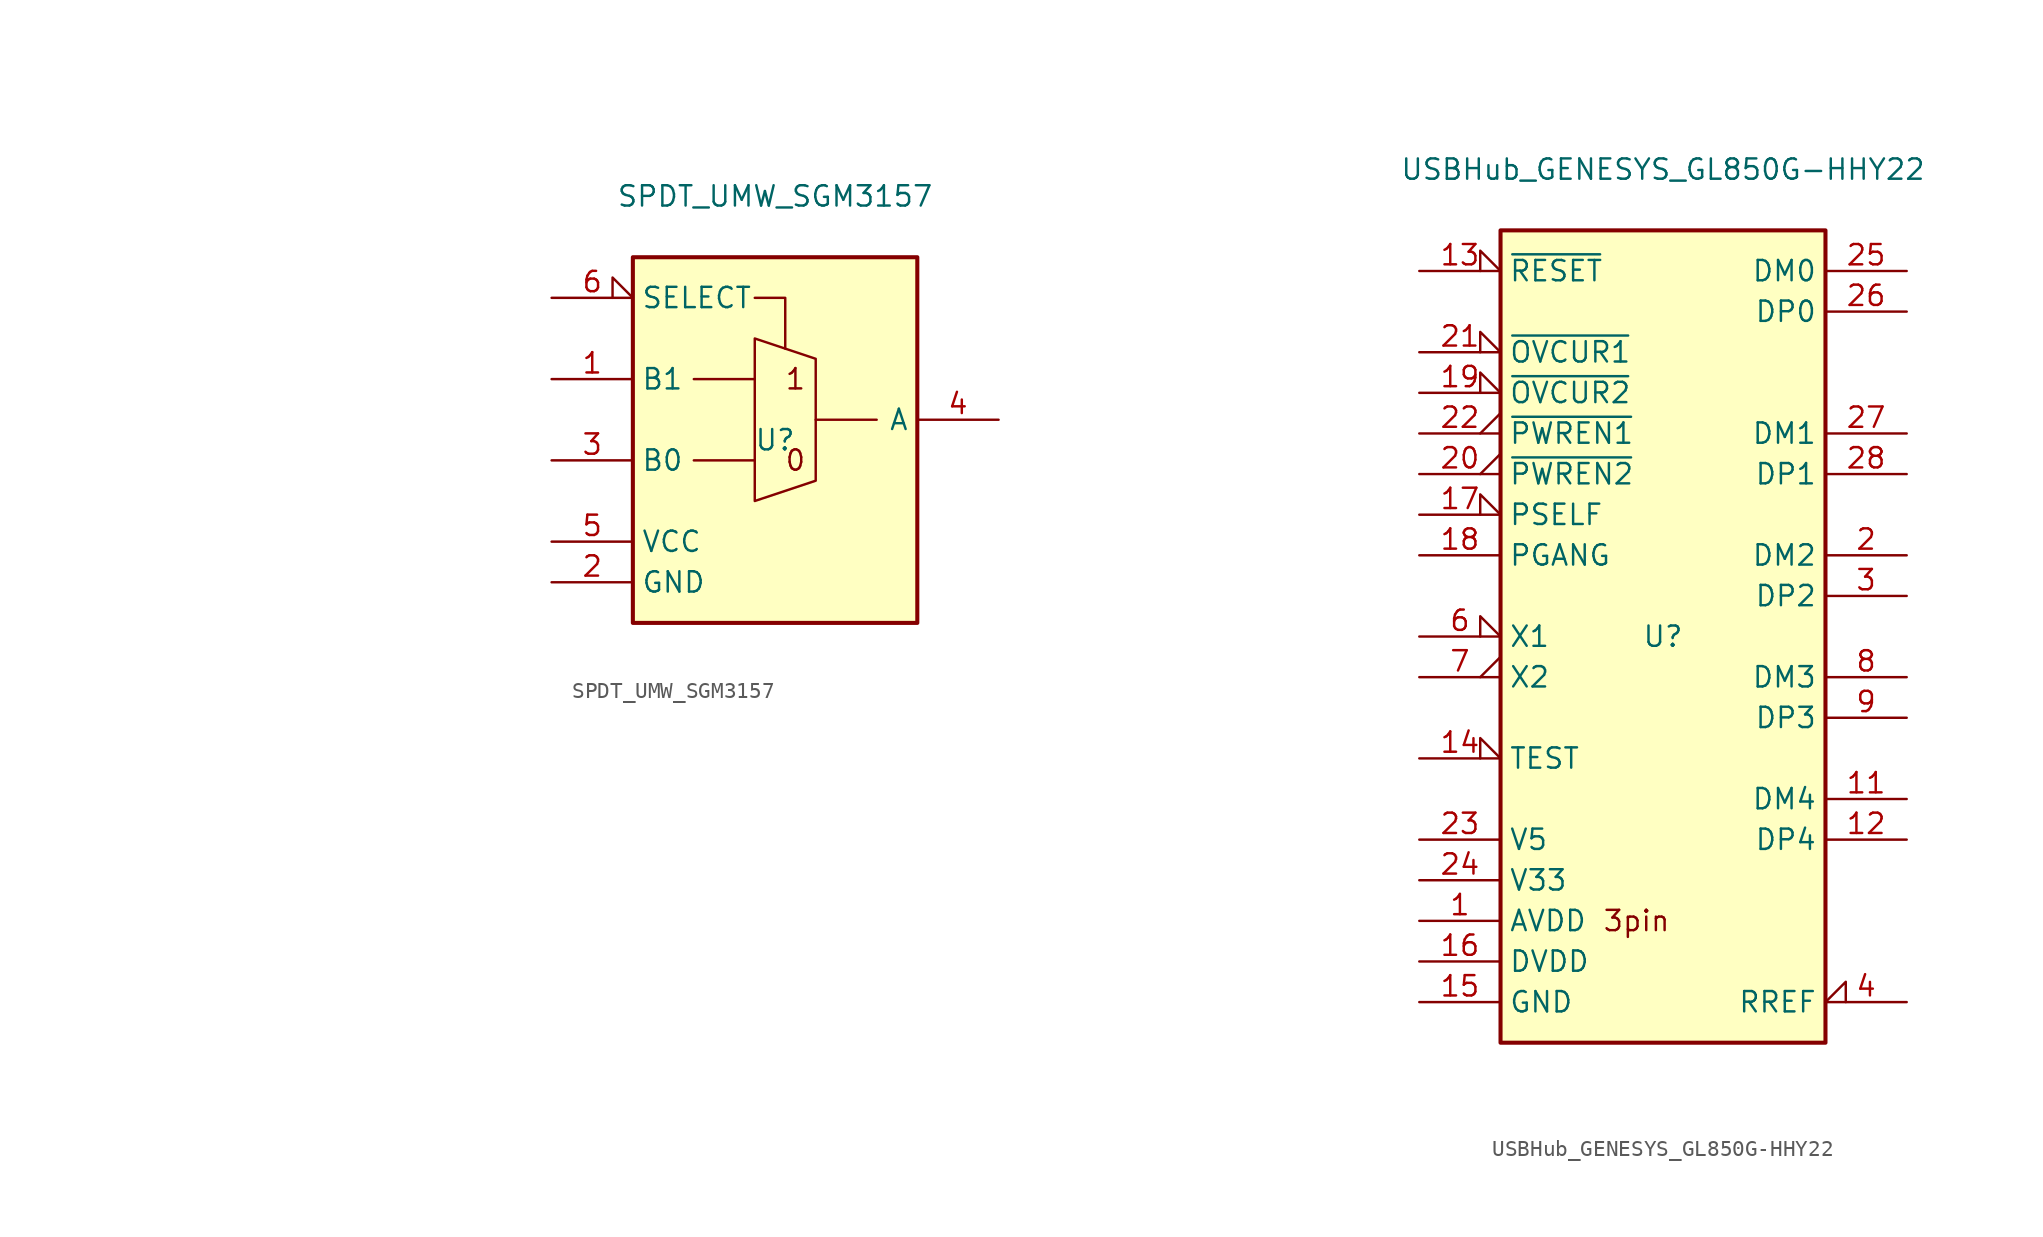
<source format=kicad_sym>
(kicad_symbol_lib
  (version 20231120)
  (generator "kicad_symbol_editor")
  (generator_version "8.0")
  (symbol "SPDT_UMW_SGM3157"
    (property "Reference" "U"
      (at 0 0 0)
      (effects (font (size 1.27 1.27))))
    (property "Value" "SPDT_UMW_SGM3157"
      (at 0 15.24 0)
      (effects (font (size 1.27 1.27))))
    (symbol "SPDT_UMW_SGM3157_0_1"
      (polyline (pts (xy -1.27 6.35) (xy -1.27 -3.81) (xy 2.54 -2.54) (xy 2.54 5.08) (xy -1.27 6.35)) (stroke (width 0) (type default)) (fill (type none))))
    (symbol "SPDT_UMW_SGM3157_1_1"
      (rectangle (start -8.89 11.43) (end 8.89 -11.43) (stroke (width 0.254) (type default)) (fill (type background)))
      (polyline (pts (xy -5.08 -1.27) (xy -1.27 -1.27)) (stroke (width 0) (type default)) (fill (type none)))
      (polyline (pts (xy -5.08 3.81) (xy -1.27 3.81)) (stroke (width 0) (type default)) (fill (type none)))
      (polyline (pts (xy 2.54 1.27) (xy 6.35 1.27)) (stroke (width 0) (type default)) (fill (type none)))
      (polyline (pts (xy -1.27 8.89) (xy 0.635 8.89) (xy 0.635 5.715)) (stroke (width 0) (type default)) (fill (type none)))
      (text "0" (at 1.27 -1.27 0) (effects (font (size 1.27 1.27))))
      (text "1" (at 1.27 3.81 0) (effects (font (size 1.27 1.27))))
      (text private "SELECT:\n  L: B0 <-> A\n  H: B1 <-> A" (at -38.1 10.16 0) (effects (font (size 1.27 1.27)) (justify left top)))
      (text_box private "SPDT_UMW_SGM3157 is a SPDT analog switch." (at -25.4 20.32 0) (size 50.8 -3.81) (stroke (width 0) (type default)) (fill (type none)) (effects (font (size 1.27 1.27)) (justify left top)))
      (pin passive line (at -13.97 3.81 0) (length 5.08) (name "B1" (effects (font (size 1.27 1.27)))) (number "1" (effects (font (size 1.27 1.27)))))
      (pin power_in line (at -13.97 -8.89 0) (length 5.08) (name "GND" (effects (font (size 1.27 1.27)))) (number "2" (effects (font (size 1.27 1.27)))))
      (pin passive line (at -13.97 -1.27 0) (length 5.08) (name "B0" (effects (font (size 1.27 1.27)))) (number "3" (effects (font (size 1.27 1.27)))))
      (pin passive line (at 13.97 1.27 180) (length 5.08) (name "A" (effects (font (size 1.27 1.27)))) (number "4" (effects (font (size 1.27 1.27)))))
      (pin power_in line (at -13.97 -6.35 0) (length 5.08) (name "VCC" (effects (font (size 1.27 1.27)))) (number "5" (effects (font (size 1.27 1.27)))))
      (pin input input_low (at -13.97 8.89 0) (length 5.08) (name "SELECT" (effects (font (size 1.27 1.27)))) (number "6" (effects (font (size 1.27 1.27)))))))
  (symbol "USBHub_GENESYS_GL850G-HHY22"
    (property "Reference" "U"
      (at 0 0 0)
      (effects (font (size 1.27 1.27))))
    (property "Value" "USBHub_GENESYS_GL850G-HHY22"
      (at 0 29.21 0)
      (effects (font (size 1.27 1.27))))
    (symbol "USBHub_GENESYS_GL850G-HHY22_1_1"
      (rectangle (start -10.16 25.4) (end 10.16 -25.4) (stroke (width 0.254) (type default)) (fill (type background)))
      (text "3pin" (at -3.81 -17.78 0) (effects (font (size 1.27 1.27)) (justify left)))
      (pin power_in line (at -15.24 -17.78 0) (length 5.08) (name "AVDD" (effects (font (size 1.27 1.27)))) (number "1" (effects (font (size 1.27 1.27)))))
      (pin passive line (at -15.24 -17.78 0) (length 5.08) hide (name "AVDD" (effects (font (size 1.27 1.27)))) (number "10" (effects (font (size 1.27 1.27)))))
      (pin bidirectional line (at 15.24 -10.16 180) (length 5.08) (name "DM4" (effects (font (size 1.27 1.27)))) (number "11" (effects (font (size 1.27 1.27)))))
      (pin bidirectional line (at 15.24 -12.7 180) (length 5.08) (name "DP4" (effects (font (size 1.27 1.27)))) (number "12" (effects (font (size 1.27 1.27)))))
      (pin input input_low (at -15.24 22.86 0) (length 5.08) (name "~{RESET}" (effects (font (size 1.27 1.27)))) (number "13" (effects (font (size 1.27 1.27)))))
      (pin input input_low (at -15.24 -7.62 0) (length 5.08) (name "TEST" (effects (font (size 1.27 1.27)))) (number "14" (effects (font (size 1.27 1.27)))))
      (pin power_in line (at -15.24 -22.86 0) (length 5.08) (name "GND" (effects (font (size 1.27 1.27)))) (number "15" (effects (font (size 1.27 1.27)))))
      (pin power_in line (at -15.24 -20.32 0) (length 5.08) (name "DVDD" (effects (font (size 1.27 1.27)))) (number "16" (effects (font (size 1.27 1.27)))))
      (pin input input_low (at -15.24 7.62 0) (length 5.08) (name "PSELF" (effects (font (size 1.27 1.27)))) (number "17" (effects (font (size 1.27 1.27)))))
      (pin bidirectional line (at -15.24 5.08 0) (length 5.08) (name "PGANG" (effects (font (size 1.27 1.27)))) (number "18" (effects (font (size 1.27 1.27)))))
      (pin input input_low (at -15.24 15.24 0) (length 5.08) (name "~{OVCUR2}" (effects (font (size 1.27 1.27)))) (number "19" (effects (font (size 1.27 1.27)))))
      (pin bidirectional line (at 15.24 5.08 180) (length 5.08) (name "DM2" (effects (font (size 1.27 1.27)))) (number "2" (effects (font (size 1.27 1.27)))))
      (pin output output_low (at -15.24 10.16 0) (length 5.08) (name "~{PWREN2}" (effects (font (size 1.27 1.27)))) (number "20" (effects (font (size 1.27 1.27)))))
      (pin input input_low (at -15.24 17.78 0) (length 5.08) (name "~{OVCUR1}" (effects (font (size 1.27 1.27)))) (number "21" (effects (font (size 1.27 1.27)))))
      (pin output output_low (at -15.24 12.7 0) (length 5.08) (name "~{PWREN1}" (effects (font (size 1.27 1.27)))) (number "22" (effects (font (size 1.27 1.27)))))
      (pin power_in line (at -15.24 -12.7 0) (length 5.08) (name "V5" (effects (font (size 1.27 1.27)))) (number "23" (effects (font (size 1.27 1.27)))))
      (pin power_out line (at -15.24 -15.24 0) (length 5.08) (name "V33" (effects (font (size 1.27 1.27)))) (number "24" (effects (font (size 1.27 1.27)))))
      (pin bidirectional line (at 15.24 22.86 180) (length 5.08) (name "DM0" (effects (font (size 1.27 1.27)))) (number "25" (effects (font (size 1.27 1.27)))))
      (pin bidirectional line (at 15.24 20.32 180) (length 5.08) (name "DP0" (effects (font (size 1.27 1.27)))) (number "26" (effects (font (size 1.27 1.27)))))
      (pin bidirectional line (at 15.24 12.7 180) (length 5.08) (name "DM1" (effects (font (size 1.27 1.27)))) (number "27" (effects (font (size 1.27 1.27)))))
      (pin bidirectional line (at 15.24 10.16 180) (length 5.08) (name "DP1" (effects (font (size 1.27 1.27)))) (number "28" (effects (font (size 1.27 1.27)))))
      (pin bidirectional line (at 15.24 2.54 180) (length 5.08) (name "DP2" (effects (font (size 1.27 1.27)))) (number "3" (effects (font (size 1.27 1.27)))))
      (pin input input_low (at 15.24 -22.86 180) (length 5.08) (name "RREF" (effects (font (size 1.27 1.27)))) (number "4" (effects (font (size 1.27 1.27)))))
      (pin passive line (at -15.24 -17.78 0) (length 5.08) hide (name "AVDD" (effects (font (size 1.27 1.27)))) (number "5" (effects (font (size 1.27 1.27)))))
      (pin input input_low (at -15.24 0 0) (length 5.08) (name "X1" (effects (font (size 1.27 1.27)))) (number "6" (effects (font (size 1.27 1.27)))))
      (pin output output_low (at -15.24 -2.54 0) (length 5.08) (name "X2" (effects (font (size 1.27 1.27)))) (number "7" (effects (font (size 1.27 1.27)))))
      (pin bidirectional line (at 15.24 -2.54 180) (length 5.08) (name "DM3" (effects (font (size 1.27 1.27)))) (number "8" (effects (font (size 1.27 1.27)))))
      (pin bidirectional line (at 15.24 -5.08 180) (length 5.08) (name "DP3" (effects (font (size 1.27 1.27)))) (number "9" (effects (font (size 1.27 1.27))))))))
</source>
